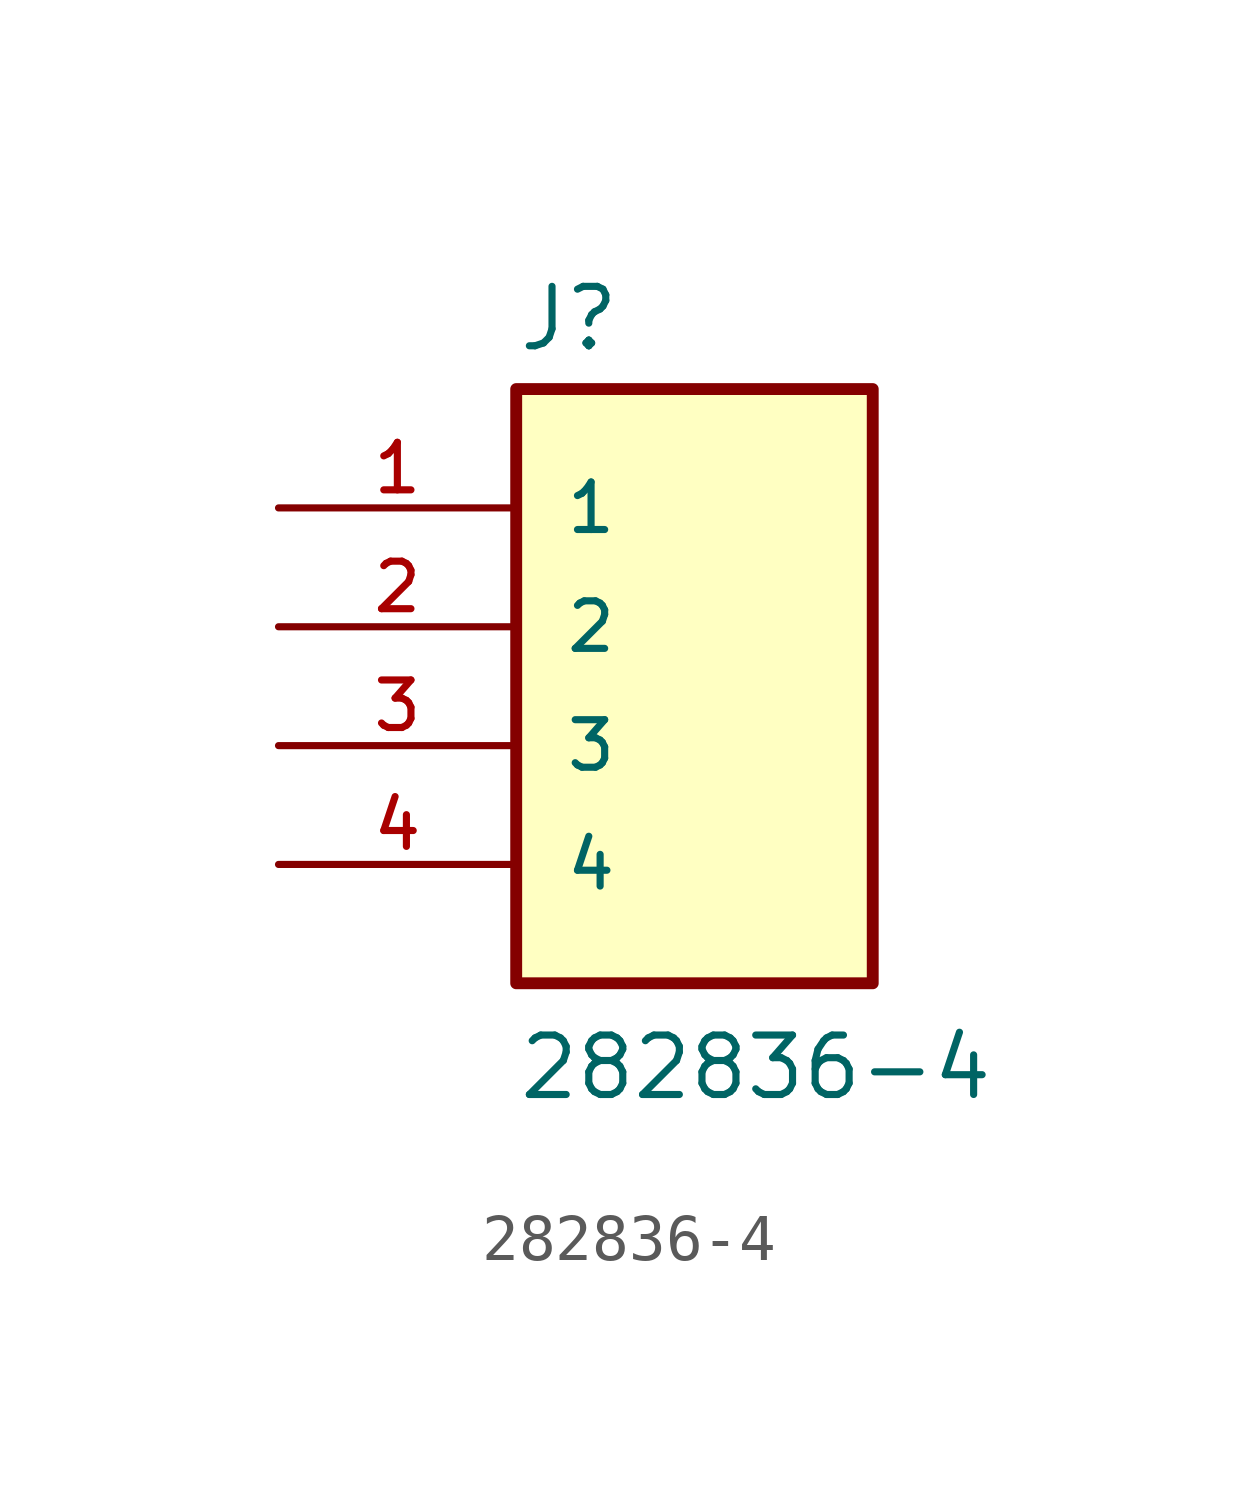
<source format=kicad_sym>
(kicad_symbol_lib
  (version 20220914)
  (generator kicad_symbol_editor)
  (symbol "282836-4"
    (pin_names
      (offset 1.016))
    (property "Reference" "J"
      (at -2.54 8.382 0)
      (effects (font (size 1.27 1.27)) (justify left bottom)))
    (property "Value" "282836-4"
      (at -2.54 -7.62 0)
      (effects (font (size 1.27 1.27)) (justify left bottom)))
    (symbol "282836-4_0_0"
      (rectangle (start -2.54 7.62) (end 5.08 -5.08) (stroke (width 0.254) (type default)) (fill (type background)))
      (pin passive line (at -7.62 5.08 0) (length 5.08) (name "1" (effects (font (size 1.016 1.016)))) (number "1" (effects (font (size 1.016 1.016)))))
      (pin passive line (at -7.62 2.54 0) (length 5.08) (name "2" (effects (font (size 1.016 1.016)))) (number "2" (effects (font (size 1.016 1.016)))))
      (pin passive line (at -7.62 0 0) (length 5.08) (name "3" (effects (font (size 1.016 1.016)))) (number "3" (effects (font (size 1.016 1.016)))))
      (pin passive line (at -7.62 -2.54 0) (length 5.08) (name "4" (effects (font (size 1.016 1.016)))) (number "4" (effects (font (size 1.016 1.016))))))))
</source>
